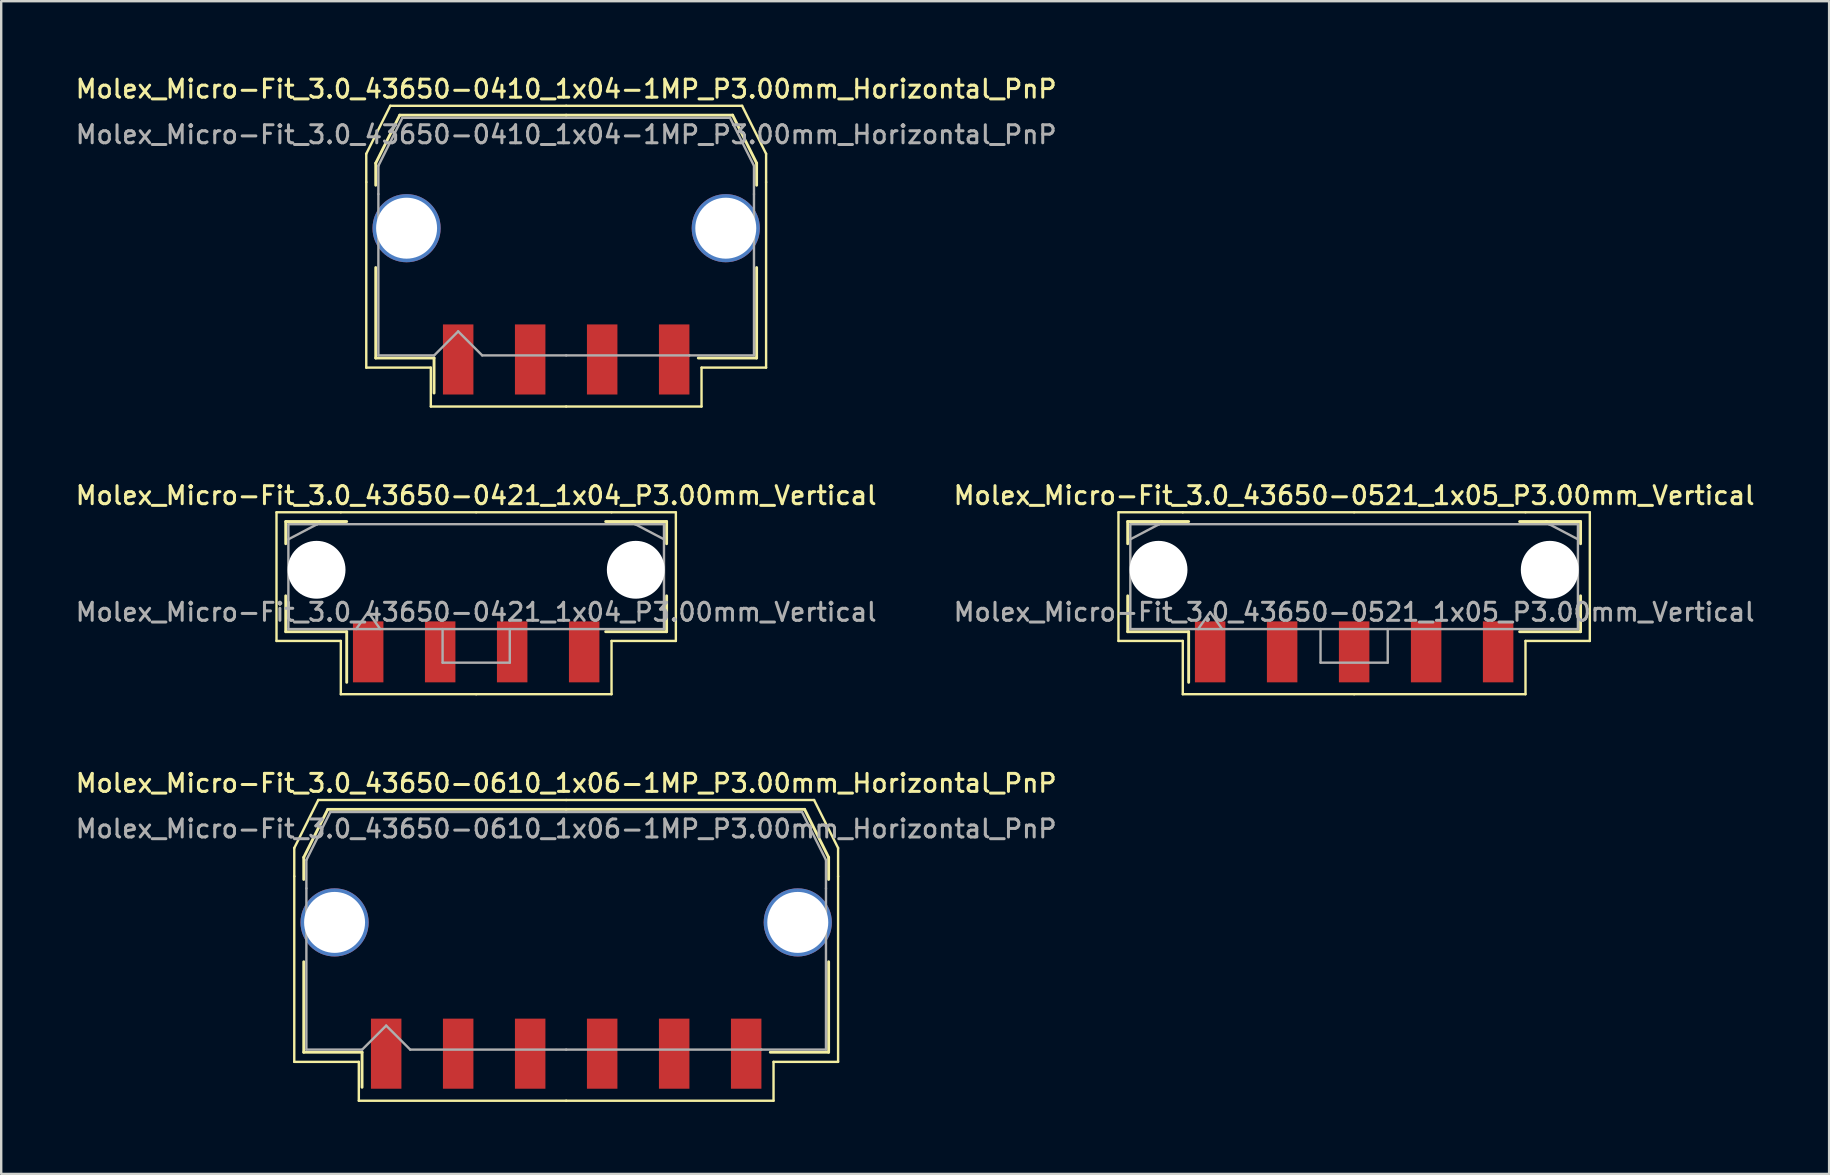
<source format=kicad_pcb>
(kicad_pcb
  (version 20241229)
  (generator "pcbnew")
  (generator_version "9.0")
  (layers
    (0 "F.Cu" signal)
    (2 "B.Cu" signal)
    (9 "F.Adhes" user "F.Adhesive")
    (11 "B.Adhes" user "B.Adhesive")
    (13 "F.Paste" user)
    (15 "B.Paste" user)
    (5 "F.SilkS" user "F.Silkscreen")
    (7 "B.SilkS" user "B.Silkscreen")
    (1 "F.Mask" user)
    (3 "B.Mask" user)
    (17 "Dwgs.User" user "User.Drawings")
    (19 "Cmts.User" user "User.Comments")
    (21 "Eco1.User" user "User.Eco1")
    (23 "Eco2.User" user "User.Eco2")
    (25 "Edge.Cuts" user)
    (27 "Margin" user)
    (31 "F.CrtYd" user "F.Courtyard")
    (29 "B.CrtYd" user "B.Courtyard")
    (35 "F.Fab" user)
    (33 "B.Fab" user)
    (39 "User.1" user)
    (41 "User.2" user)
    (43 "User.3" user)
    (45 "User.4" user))
  (footprint "Molex_Micro-Fit_3.0_43650-0610_1x06-1MP_P3.00mm_Horizontal_PnP"
    (layer "F.Cu")
    (at 20.541 35.734)
    (property "Reference" "Molex_Micro-Fit_3.0_43650-0610_1x06-1MP_P3.00mm_Horizontal_PnP" (at 0 -6.15 0) (layer "F.SilkS") (effects (font (size 0.75 0.75) (thickness 0.125))))
    (attr smd)
    (fp_line (start -11.33 -3.45) (end -11.33 -2.27) (stroke (width 0.1) (type solid)) (layer "F.SilkS"))
    (fp_line (start -11.33 -2.27) (end -11.33 5.46) (stroke (width 0.1) (type solid)) (layer "F.SilkS"))
    (fp_line (start -11.33 5.46) (end -8.64 5.46) (stroke (width 0.1) (type solid)) (layer "F.SilkS"))
    (fp_line (start -10.935 -3.06) (end -10.935 -2.14) (stroke (width 0.12) (type solid)) (layer "F.SilkS"))
    (fp_line (start -10.935 1.29) (end -10.935 5.06) (stroke (width 0.12) (type solid)) (layer "F.SilkS"))
    (fp_line (start -10.935 5.06) (end -8.505 5.06) (stroke (width 0.12) (type solid)) (layer "F.SilkS"))
    (fp_line (start -10.33 -5.45) (end -11.33 -3.45) (stroke (width 0.1) (type solid)) (layer "F.SilkS"))
    (fp_line (start -9.935 -5.06) (end -10.935 -3.06) (stroke (width 0.12) (type solid)) (layer "F.SilkS"))
    (fp_line (start -8.64 5.46) (end -8.64 7.08) (stroke (width 0.1) (type solid)) (layer "F.SilkS"))
    (fp_line (start -8.64 7.08) (end 0 7.08) (stroke (width 0.1) (type solid)) (layer "F.SilkS"))
    (fp_line (start -8.505 5.06) (end -8.505 6.52) (stroke (width 0.12) (type solid)) (layer "F.SilkS"))
    (fp_line (start 0 -5.45) (end -10.33 -5.45) (stroke (width 0.1) (type solid)) (layer "F.SilkS"))
    (fp_line (start 0 -5.45) (end 10.33 -5.45) (stroke (width 0.1) (type solid)) (layer "F.SilkS"))
    (fp_line (start 0 -5.06) (end -9.935 -5.06) (stroke (width 0.12) (type solid)) (layer "F.SilkS"))
    (fp_line (start 0 -5.06) (end 9.935 -5.06) (stroke (width 0.12) (type solid)) (layer "F.SilkS"))
    (fp_line (start 8.64 5.46) (end 8.64 7.08) (stroke (width 0.1) (type solid)) (layer "F.SilkS"))
    (fp_line (start 8.64 7.08) (end 0 7.08) (stroke (width 0.1) (type solid)) (layer "F.SilkS"))
    (fp_line (start 9.935 -5.06) (end 10.935 -3.06) (stroke (width 0.12) (type solid)) (layer "F.SilkS"))
    (fp_line (start 10.33 -5.45) (end 11.33 -3.45) (stroke (width 0.1) (type solid)) (layer "F.SilkS"))
    (fp_line (start 10.935 -3.06) (end 10.935 -2.14) (stroke (width 0.12) (type solid)) (layer "F.SilkS"))
    (fp_line (start 10.935 1.29) (end 10.935 5.06) (stroke (width 0.12) (type solid)) (layer "F.SilkS"))
    (fp_line (start 10.935 5.06) (end 8.505 5.06) (stroke (width 0.12) (type solid)) (layer "F.SilkS"))
    (fp_line (start 11.33 -3.45) (end 11.33 -2.27) (stroke (width 0.1) (type solid)) (layer "F.SilkS"))
    (fp_line (start 11.33 -2.27) (end 11.33 5.46) (stroke (width 0.1) (type solid)) (layer "F.SilkS"))
    (fp_line (start 11.33 5.46) (end 8.64 5.46) (stroke (width 0.1) (type solid)) (layer "F.SilkS"))
    (fp_line (start -10.825 -2.95) (end -10.825 -1.77) (stroke (width 0.1) (type solid)) (layer "F.Fab"))
    (fp_line (start -10.825 -1.77) (end -10.825 4.95) (stroke (width 0.1) (type solid)) (layer "F.Fab"))
    (fp_line (start -10.825 4.95) (end -8.5 4.95) (stroke (width 0.1) (type solid)) (layer "F.Fab"))
    (fp_line (start -9.825 -4.95) (end -10.825 -2.95) (stroke (width 0.1) (type solid)) (layer "F.Fab"))
    (fp_line (start -8.5 4.95) (end -7.5 3.95) (stroke (width 0.1) (type solid)) (layer "F.Fab"))
    (fp_line (start -7.5 3.95) (end -6.5 4.95) (stroke (width 0.1) (type solid)) (layer "F.Fab"))
    (fp_line (start -6.5 4.95) (end 0 4.95) (stroke (width 0.1) (type solid)) (layer "F.Fab"))
    (fp_line (start 0 -4.95) (end -9.825 -4.95) (stroke (width 0.1) (type solid)) (layer "F.Fab"))
    (fp_line (start 0 -4.95) (end 9.825 -4.95) (stroke (width 0.1) (type solid)) (layer "F.Fab"))
    (fp_line (start 8.135 4.95) (end 0 4.95) (stroke (width 0.1) (type solid)) (layer "F.Fab"))
    (fp_line (start 9.825 -4.95) (end 10.825 -2.95) (stroke (width 0.1) (type solid)) (layer "F.Fab"))
    (fp_line (start 10.825 -2.95) (end 10.825 -1.77) (stroke (width 0.1) (type solid)) (layer "F.Fab"))
    (fp_line (start 10.825 -1.77) (end 10.825 4.95) (stroke (width 0.1) (type solid)) (layer "F.Fab"))
    (fp_line (start 10.825 4.95) (end 8.135 4.95) (stroke (width 0.1) (type solid)) (layer "F.Fab"))
    (fp_text user "${REFERENCE}" (at 0 -4.25 0) (layer "F.Fab") (effects (font (size 0.75 0.75) (thickness 0.125))))
    (pad "1" smd rect (at -7.5 5.12) (size 1.27 2.92) (layers "F.Cu" "F.Mask" "F.Paste"))
    (pad "2" smd rect (at -4.5 5.12) (size 1.27 2.92) (layers "F.Cu" "F.Mask" "F.Paste"))
    (pad "3" smd rect (at -1.5 5.12) (size 1.27 2.92) (layers "F.Cu" "F.Mask" "F.Paste"))
    (pad "4" smd rect (at 1.5 5.12) (size 1.27 2.92) (layers "F.Cu" "F.Mask" "F.Paste"))
    (pad "5" smd rect (at 4.5 5.12) (size 1.27 2.92) (layers "F.Cu" "F.Mask" "F.Paste"))
    (pad "6" smd rect (at 7.5 5.12) (size 1.27 2.92) (layers "F.Cu" "F.Mask" "F.Paste"))
    (pad "MP" thru_hole circle (at -9.65 -0.35) (size 2.84 2.84) (drill 2.54) (property pad_prop_heatsink) (layers "*.Cu" "*.Mask"))
    (pad "MP" thru_hole circle (at 9.65 -0.35) (size 2.84 2.84) (drill 2.54) (property pad_prop_heatsink) (layers "*.Cu" "*.Mask")))
  (footprint "Molex_Micro-Fit_3.0_43650-0521_1x05_P3.00mm_Vertical"
    (layer "F.Cu")
    (at 53.373 20.976)
    (property "Reference" "Molex_Micro-Fit_3.0_43650-0521_1x05_P3.00mm_Vertical" (at 0 -3.38 0) (layer "F.SilkS") (effects (font (size 0.75 0.75) (thickness 0.125))))
    (attr smd)
    (fp_line (start -9.82 -2.68) (end -9.82 2.68) (stroke (width 0.1) (type solid)) (layer "F.SilkS"))
    (fp_line (start -9.82 2.68) (end -7.14 2.68) (stroke (width 0.1) (type solid)) (layer "F.SilkS"))
    (fp_line (start -9.435 -2.295) (end -8.015 -2.295) (stroke (width 0.12) (type solid)) (layer "F.SilkS"))
    (fp_line (start -9.435 -1.37) (end -9.435 -2.295) (stroke (width 0.12) (type solid)) (layer "F.SilkS"))
    (fp_line (start -9.435 0.8) (end -9.435 2.295) (stroke (width 0.12) (type solid)) (layer "F.SilkS"))
    (fp_line (start -9.435 2.295) (end -6.895 2.295) (stroke (width 0.12) (type solid)) (layer "F.SilkS"))
    (fp_line (start -8.015 -2.295) (end -8.015 -2.295) (stroke (width 0.12) (type solid)) (layer "F.SilkS"))
    (fp_line (start -8.015 -2.295) (end -6.895 -2.295) (stroke (width 0.12) (type solid)) (layer "F.SilkS"))
    (fp_line (start -7.14 -2.68) (end -9.82 -2.68) (stroke (width 0.1) (type solid)) (layer "F.SilkS"))
    (fp_line (start -7.14 2.68) (end -7.14 4.9) (stroke (width 0.1) (type solid)) (layer "F.SilkS"))
    (fp_line (start -7.14 4.9) (end 0 4.9) (stroke (width 0.1) (type solid)) (layer "F.SilkS"))
    (fp_line (start -6.895 2.295) (end -6.895 4.405) (stroke (width 0.12) (type solid)) (layer "F.SilkS"))
    (fp_line (start 0 -2.68) (end -7.14 -2.68) (stroke (width 0.1) (type solid)) (layer "F.SilkS"))
    (fp_line (start 0 -2.68) (end 7.14 -2.68) (stroke (width 0.1) (type solid)) (layer "F.SilkS"))
    (fp_line (start 7.14 -2.68) (end 9.82 -2.68) (stroke (width 0.1) (type solid)) (layer "F.SilkS"))
    (fp_line (start 7.14 2.68) (end 7.14 4.9) (stroke (width 0.1) (type solid)) (layer "F.SilkS"))
    (fp_line (start 7.14 4.9) (end 0 4.9) (stroke (width 0.1) (type solid)) (layer "F.SilkS"))
    (fp_line (start 8.015 -2.295) (end 6.895 -2.295) (stroke (width 0.12) (type solid)) (layer "F.SilkS"))
    (fp_line (start 8.015 -2.295) (end 8.015 -2.295) (stroke (width 0.12) (type solid)) (layer "F.SilkS"))
    (fp_line (start 9.435 -2.295) (end 8.015 -2.295) (stroke (width 0.12) (type solid)) (layer "F.SilkS"))
    (fp_line (start 9.435 -1.37) (end 9.435 -2.295) (stroke (width 0.12) (type solid)) (layer "F.SilkS"))
    (fp_line (start 9.435 0.8) (end 9.435 2.295) (stroke (width 0.12) (type solid)) (layer "F.SilkS"))
    (fp_line (start 9.435 2.295) (end 6.895 2.295) (stroke (width 0.12) (type solid)) (layer "F.SilkS"))
    (fp_line (start 9.82 -2.68) (end 9.82 2.68) (stroke (width 0.1) (type solid)) (layer "F.SilkS"))
    (fp_line (start 9.82 2.68) (end 7.14 2.68) (stroke (width 0.1) (type solid)) (layer "F.SilkS"))
    (fp_line (start -9.325 -2.185) (end -9.325 2.185) (stroke (width 0.1) (type solid)) (layer "F.Fab"))
    (fp_line (start -9.325 -1.555) (end -8.125 -2.185) (stroke (width 0.1) (type solid)) (layer "F.Fab"))
    (fp_line (start -9.325 2.185) (end 9.325 2.185) (stroke (width 0.1) (type solid)) (layer "F.Fab"))
    (fp_line (start -8.125 -2.185) (end -9.325 -2.185) (stroke (width 0.1) (type solid)) (layer "F.Fab"))
    (fp_line (start -8.125 -2.185) (end -8.125 -2.185) (stroke (width 0.1) (type solid)) (layer "F.Fab"))
    (fp_line (start -6.5 2.185) (end -6 1.478) (stroke (width 0.1) (type solid)) (layer "F.Fab"))
    (fp_line (start -6 1.478) (end -5.5 2.185) (stroke (width 0.1) (type solid)) (layer "F.Fab"))
    (fp_line (start -1.4 2.185) (end -1.4 3.585) (stroke (width 0.1) (type solid)) (layer "F.Fab"))
    (fp_line (start -1.4 3.585) (end 1.4 3.585) (stroke (width 0.1) (type solid)) (layer "F.Fab"))
    (fp_line (start 1.4 3.585) (end 1.4 2.185) (stroke (width 0.1) (type solid)) (layer "F.Fab"))
    (fp_line (start 8.125 -2.185) (end -8.125 -2.185) (stroke (width 0.1) (type solid)) (layer "F.Fab"))
    (fp_line (start 8.125 -2.185) (end 8.125 -2.185) (stroke (width 0.1) (type solid)) (layer "F.Fab"))
    (fp_line (start 9.325 -2.185) (end 8.125 -2.185) (stroke (width 0.1) (type solid)) (layer "F.Fab"))
    (fp_line (start 9.325 -1.555) (end 8.125 -2.185) (stroke (width 0.1) (type solid)) (layer "F.Fab"))
    (fp_line (start 9.325 2.185) (end 9.325 -2.185) (stroke (width 0.1) (type solid)) (layer "F.Fab"))
    (fp_text user "${REFERENCE}" (at 0 1.48 0) (layer "F.Fab") (effects (font (size 0.75 0.75) (thickness 0.125))))
    (pad "" np_thru_hole circle (at -8.15 -0.285) (size 2.41 2.41) (drill 2.41) (layers "*.Cu" "*.Mask"))
    (pad "" np_thru_hole circle (at 8.15 -0.285) (size 2.41 2.41) (drill 2.41) (layers "*.Cu" "*.Mask"))
    (pad "1" smd rect (at -6 3.135) (size 1.27 2.54) (layers "F.Cu" "F.Mask" "F.Paste"))
    (pad "2" smd rect (at -3 3.135) (size 1.27 2.54) (layers "F.Cu" "F.Mask" "F.Paste"))
    (pad "3" smd rect (at 0 3.135) (size 1.27 2.54) (layers "F.Cu" "F.Mask" "F.Paste"))
    (pad "4" smd rect (at 3 3.135) (size 1.27 2.54) (layers "F.Cu" "F.Mask" "F.Paste"))
    (pad "5" smd rect (at 6 3.135) (size 1.27 2.54) (layers "F.Cu" "F.Mask" "F.Paste")))
  (footprint "Molex_Micro-Fit_3.0_43650-0421_1x04_P3.00mm_Vertical"
    (layer "F.Cu")
    (at 16.791 20.976)
    (property "Reference" "Molex_Micro-Fit_3.0_43650-0421_1x04_P3.00mm_Vertical" (at 0 -3.38 0) (layer "F.SilkS") (effects (font (size 0.75 0.75) (thickness 0.125))))
    (attr smd)
    (fp_line (start -8.32 -2.68) (end -8.32 2.68) (stroke (width 0.1) (type solid)) (layer "F.SilkS"))
    (fp_line (start -8.32 2.68) (end -5.64 2.68) (stroke (width 0.1) (type solid)) (layer "F.SilkS"))
    (fp_line (start -7.935 -2.295) (end -6.515 -2.295) (stroke (width 0.12) (type solid)) (layer "F.SilkS"))
    (fp_line (start -7.935 -1.37) (end -7.935 -2.295) (stroke (width 0.12) (type solid)) (layer "F.SilkS"))
    (fp_line (start -7.935 0.8) (end -7.935 2.295) (stroke (width 0.12) (type solid)) (layer "F.SilkS"))
    (fp_line (start -7.935 2.295) (end -5.395 2.295) (stroke (width 0.12) (type solid)) (layer "F.SilkS"))
    (fp_line (start -6.515 -2.295) (end -6.515 -2.295) (stroke (width 0.12) (type solid)) (layer "F.SilkS"))
    (fp_line (start -6.515 -2.295) (end -5.395 -2.295) (stroke (width 0.12) (type solid)) (layer "F.SilkS"))
    (fp_line (start -5.64 -2.68) (end -8.32 -2.68) (stroke (width 0.1) (type solid)) (layer "F.SilkS"))
    (fp_line (start -5.64 2.68) (end -5.64 4.9) (stroke (width 0.1) (type solid)) (layer "F.SilkS"))
    (fp_line (start -5.64 4.9) (end 0 4.9) (stroke (width 0.1) (type solid)) (layer "F.SilkS"))
    (fp_line (start -5.395 2.295) (end -5.395 4.405) (stroke (width 0.12) (type solid)) (layer "F.SilkS"))
    (fp_line (start 0 -2.68) (end -5.64 -2.68) (stroke (width 0.1) (type solid)) (layer "F.SilkS"))
    (fp_line (start 0 -2.68) (end 5.64 -2.68) (stroke (width 0.1) (type solid)) (layer "F.SilkS"))
    (fp_line (start 5.64 -2.68) (end 8.32 -2.68) (stroke (width 0.1) (type solid)) (layer "F.SilkS"))
    (fp_line (start 5.64 2.68) (end 5.64 4.9) (stroke (width 0.1) (type solid)) (layer "F.SilkS"))
    (fp_line (start 5.64 4.9) (end 0 4.9) (stroke (width 0.1) (type solid)) (layer "F.SilkS"))
    (fp_line (start 6.515 -2.295) (end 5.395 -2.295) (stroke (width 0.12) (type solid)) (layer "F.SilkS"))
    (fp_line (start 6.515 -2.295) (end 6.515 -2.295) (stroke (width 0.12) (type solid)) (layer "F.SilkS"))
    (fp_line (start 7.935 -2.295) (end 6.515 -2.295) (stroke (width 0.12) (type solid)) (layer "F.SilkS"))
    (fp_line (start 7.935 -1.37) (end 7.935 -2.295) (stroke (width 0.12) (type solid)) (layer "F.SilkS"))
    (fp_line (start 7.935 0.8) (end 7.935 2.295) (stroke (width 0.12) (type solid)) (layer "F.SilkS"))
    (fp_line (start 7.935 2.295) (end 5.395 2.295) (stroke (width 0.12) (type solid)) (layer "F.SilkS"))
    (fp_line (start 8.32 -2.68) (end 8.32 2.68) (stroke (width 0.1) (type solid)) (layer "F.SilkS"))
    (fp_line (start 8.32 2.68) (end 5.64 2.68) (stroke (width 0.1) (type solid)) (layer "F.SilkS"))
    (fp_line (start -7.825 -2.185) (end -7.825 2.185) (stroke (width 0.1) (type solid)) (layer "F.Fab"))
    (fp_line (start -7.825 -1.555) (end -6.625 -2.185) (stroke (width 0.1) (type solid)) (layer "F.Fab"))
    (fp_line (start -7.825 2.185) (end 7.825 2.185) (stroke (width 0.1) (type solid)) (layer "F.Fab"))
    (fp_line (start -6.625 -2.185) (end -7.825 -2.185) (stroke (width 0.1) (type solid)) (layer "F.Fab"))
    (fp_line (start -6.625 -2.185) (end -6.625 -2.185) (stroke (width 0.1) (type solid)) (layer "F.Fab"))
    (fp_line (start -5 2.185) (end -4.5 1.478) (stroke (width 0.1) (type solid)) (layer "F.Fab"))
    (fp_line (start -4.5 1.478) (end -4 2.185) (stroke (width 0.1) (type solid)) (layer "F.Fab"))
    (fp_line (start -1.4 2.185) (end -1.4 3.585) (stroke (width 0.1) (type solid)) (layer "F.Fab"))
    (fp_line (start -1.4 3.585) (end 1.4 3.585) (stroke (width 0.1) (type solid)) (layer "F.Fab"))
    (fp_line (start 1.4 3.585) (end 1.4 2.185) (stroke (width 0.1) (type solid)) (layer "F.Fab"))
    (fp_line (start 6.625 -2.185) (end -6.625 -2.185) (stroke (width 0.1) (type solid)) (layer "F.Fab"))
    (fp_line (start 6.625 -2.185) (end 6.625 -2.185) (stroke (width 0.1) (type solid)) (layer "F.Fab"))
    (fp_line (start 7.825 -2.185) (end 6.625 -2.185) (stroke (width 0.1) (type solid)) (layer "F.Fab"))
    (fp_line (start 7.825 -1.555) (end 6.625 -2.185) (stroke (width 0.1) (type solid)) (layer "F.Fab"))
    (fp_line (start 7.825 2.185) (end 7.825 -2.185) (stroke (width 0.1) (type solid)) (layer "F.Fab"))
    (fp_text user "${REFERENCE}" (at 0 1.48 0) (layer "F.Fab") (effects (font (size 0.75 0.75) (thickness 0.125))))
    (pad "" np_thru_hole circle (at -6.65 -0.285) (size 2.41 2.41) (drill 2.41) (layers "*.Cu" "*.Mask"))
    (pad "" np_thru_hole circle (at 6.65 -0.285) (size 2.41 2.41) (drill 2.41) (layers "*.Cu" "*.Mask"))
    (pad "1" smd rect (at -4.5 3.135) (size 1.27 2.54) (layers "F.Cu" "F.Mask" "F.Paste"))
    (pad "2" smd rect (at -1.5 3.135) (size 1.27 2.54) (layers "F.Cu" "F.Mask" "F.Paste"))
    (pad "3" smd rect (at 1.5 3.135) (size 1.27 2.54) (layers "F.Cu" "F.Mask" "F.Paste"))
    (pad "4" smd rect (at 4.5 3.135) (size 1.27 2.54) (layers "F.Cu" "F.Mask" "F.Paste")))
  (footprint "Molex_Micro-Fit_3.0_43650-0410_1x04-1MP_P3.00mm_Horizontal_PnP"
    (layer "F.Cu")
    (at 20.541 6.808)
    (property "Reference" "Molex_Micro-Fit_3.0_43650-0410_1x04-1MP_P3.00mm_Horizontal_PnP" (at 0 -6.15 0) (layer "F.SilkS") (effects (font (size 0.75 0.75) (thickness 0.125))))
    (attr smd)
    (fp_line (start -8.33 -3.45) (end -8.33 -2.27) (stroke (width 0.1) (type solid)) (layer "F.SilkS"))
    (fp_line (start -8.33 -2.27) (end -8.33 5.46) (stroke (width 0.1) (type solid)) (layer "F.SilkS"))
    (fp_line (start -8.33 5.46) (end -5.64 5.46) (stroke (width 0.1) (type solid)) (layer "F.SilkS"))
    (fp_line (start -7.935 -3.06) (end -7.935 -2.14) (stroke (width 0.12) (type solid)) (layer "F.SilkS"))
    (fp_line (start -7.935 1.29) (end -7.935 5.06) (stroke (width 0.12) (type solid)) (layer "F.SilkS"))
    (fp_line (start -7.935 5.06) (end -5.505 5.06) (stroke (width 0.12) (type solid)) (layer "F.SilkS"))
    (fp_line (start -7.33 -5.45) (end -8.33 -3.45) (stroke (width 0.1) (type solid)) (layer "F.SilkS"))
    (fp_line (start -6.935 -5.06) (end -7.935 -3.06) (stroke (width 0.12) (type solid)) (layer "F.SilkS"))
    (fp_line (start -5.64 5.46) (end -5.64 7.08) (stroke (width 0.1) (type solid)) (layer "F.SilkS"))
    (fp_line (start -5.64 7.08) (end 0 7.08) (stroke (width 0.1) (type solid)) (layer "F.SilkS"))
    (fp_line (start -5.505 5.06) (end -5.505 6.52) (stroke (width 0.12) (type solid)) (layer "F.SilkS"))
    (fp_line (start 0 -5.45) (end -7.33 -5.45) (stroke (width 0.1) (type solid)) (layer "F.SilkS"))
    (fp_line (start 0 -5.45) (end 7.33 -5.45) (stroke (width 0.1) (type solid)) (layer "F.SilkS"))
    (fp_line (start 0 -5.06) (end -6.935 -5.06) (stroke (width 0.12) (type solid)) (layer "F.SilkS"))
    (fp_line (start 0 -5.06) (end 6.935 -5.06) (stroke (width 0.12) (type solid)) (layer "F.SilkS"))
    (fp_line (start 5.64 5.46) (end 5.64 7.08) (stroke (width 0.1) (type solid)) (layer "F.SilkS"))
    (fp_line (start 5.64 7.08) (end 0 7.08) (stroke (width 0.1) (type solid)) (layer "F.SilkS"))
    (fp_line (start 6.935 -5.06) (end 7.935 -3.06) (stroke (width 0.12) (type solid)) (layer "F.SilkS"))
    (fp_line (start 7.33 -5.45) (end 8.33 -3.45) (stroke (width 0.1) (type solid)) (layer "F.SilkS"))
    (fp_line (start 7.935 -3.06) (end 7.935 -2.14) (stroke (width 0.12) (type solid)) (layer "F.SilkS"))
    (fp_line (start 7.935 1.29) (end 7.935 5.06) (stroke (width 0.12) (type solid)) (layer "F.SilkS"))
    (fp_line (start 7.935 5.06) (end 5.505 5.06) (stroke (width 0.12) (type solid)) (layer "F.SilkS"))
    (fp_line (start 8.33 -3.45) (end 8.33 -2.27) (stroke (width 0.1) (type solid)) (layer "F.SilkS"))
    (fp_line (start 8.33 -2.27) (end 8.33 5.46) (stroke (width 0.1) (type solid)) (layer "F.SilkS"))
    (fp_line (start 8.33 5.46) (end 5.64 5.46) (stroke (width 0.1) (type solid)) (layer "F.SilkS"))
    (fp_line (start -7.825 -2.95) (end -7.825 -1.77) (stroke (width 0.1) (type solid)) (layer "F.Fab"))
    (fp_line (start -7.825 -1.77) (end -7.825 4.95) (stroke (width 0.1) (type solid)) (layer "F.Fab"))
    (fp_line (start -7.825 4.95) (end -5.5 4.95) (stroke (width 0.1) (type solid)) (layer "F.Fab"))
    (fp_line (start -6.825 -4.95) (end -7.825 -2.95) (stroke (width 0.1) (type solid)) (layer "F.Fab"))
    (fp_line (start -5.5 4.95) (end -4.5 3.95) (stroke (width 0.1) (type solid)) (layer "F.Fab"))
    (fp_line (start -4.5 3.95) (end -3.5 4.95) (stroke (width 0.1) (type solid)) (layer "F.Fab"))
    (fp_line (start -3.5 4.95) (end 0 4.95) (stroke (width 0.1) (type solid)) (layer "F.Fab"))
    (fp_line (start 0 -4.95) (end -6.825 -4.95) (stroke (width 0.1) (type solid)) (layer "F.Fab"))
    (fp_line (start 0 -4.95) (end 6.825 -4.95) (stroke (width 0.1) (type solid)) (layer "F.Fab"))
    (fp_line (start 5.135 4.95) (end 0 4.95) (stroke (width 0.1) (type solid)) (layer "F.Fab"))
    (fp_line (start 6.825 -4.95) (end 7.825 -2.95) (stroke (width 0.1) (type solid)) (layer "F.Fab"))
    (fp_line (start 7.825 -2.95) (end 7.825 -1.77) (stroke (width 0.1) (type solid)) (layer "F.Fab"))
    (fp_line (start 7.825 -1.77) (end 7.825 4.95) (stroke (width 0.1) (type solid)) (layer "F.Fab"))
    (fp_line (start 7.825 4.95) (end 5.135 4.95) (stroke (width 0.1) (type solid)) (layer "F.Fab"))
    (fp_text user "${REFERENCE}" (at 0 -4.25 0) (layer "F.Fab") (effects (font (size 0.75 0.75) (thickness 0.125))))
    (pad "1" smd rect (at -4.5 5.12) (size 1.27 2.92) (layers "F.Cu" "F.Mask" "F.Paste"))
    (pad "2" smd rect (at -1.5 5.12) (size 1.27 2.92) (layers "F.Cu" "F.Mask" "F.Paste"))
    (pad "3" smd rect (at 1.5 5.12) (size 1.27 2.92) (layers "F.Cu" "F.Mask" "F.Paste"))
    (pad "4" smd rect (at 4.5 5.12) (size 1.27 2.92) (layers "F.Cu" "F.Mask" "F.Paste"))
    (pad "MP" thru_hole circle (at -6.65 -0.35) (size 2.84 2.84) (drill 2.54) (property pad_prop_heatsink) (layers "*.Cu" "*.Mask"))
    (pad "MP" thru_hole circle (at 6.65 -0.35) (size 2.84 2.84) (drill 2.54) (property pad_prop_heatsink) (layers "*.Cu" "*.Mask")))
  (gr_rect
    (start -3 -3)
    (end 73.164 45.864)
    (stroke (width 0.1) (type default))
    (fill no)
    (layer "Edge.Cuts")))
</source>
